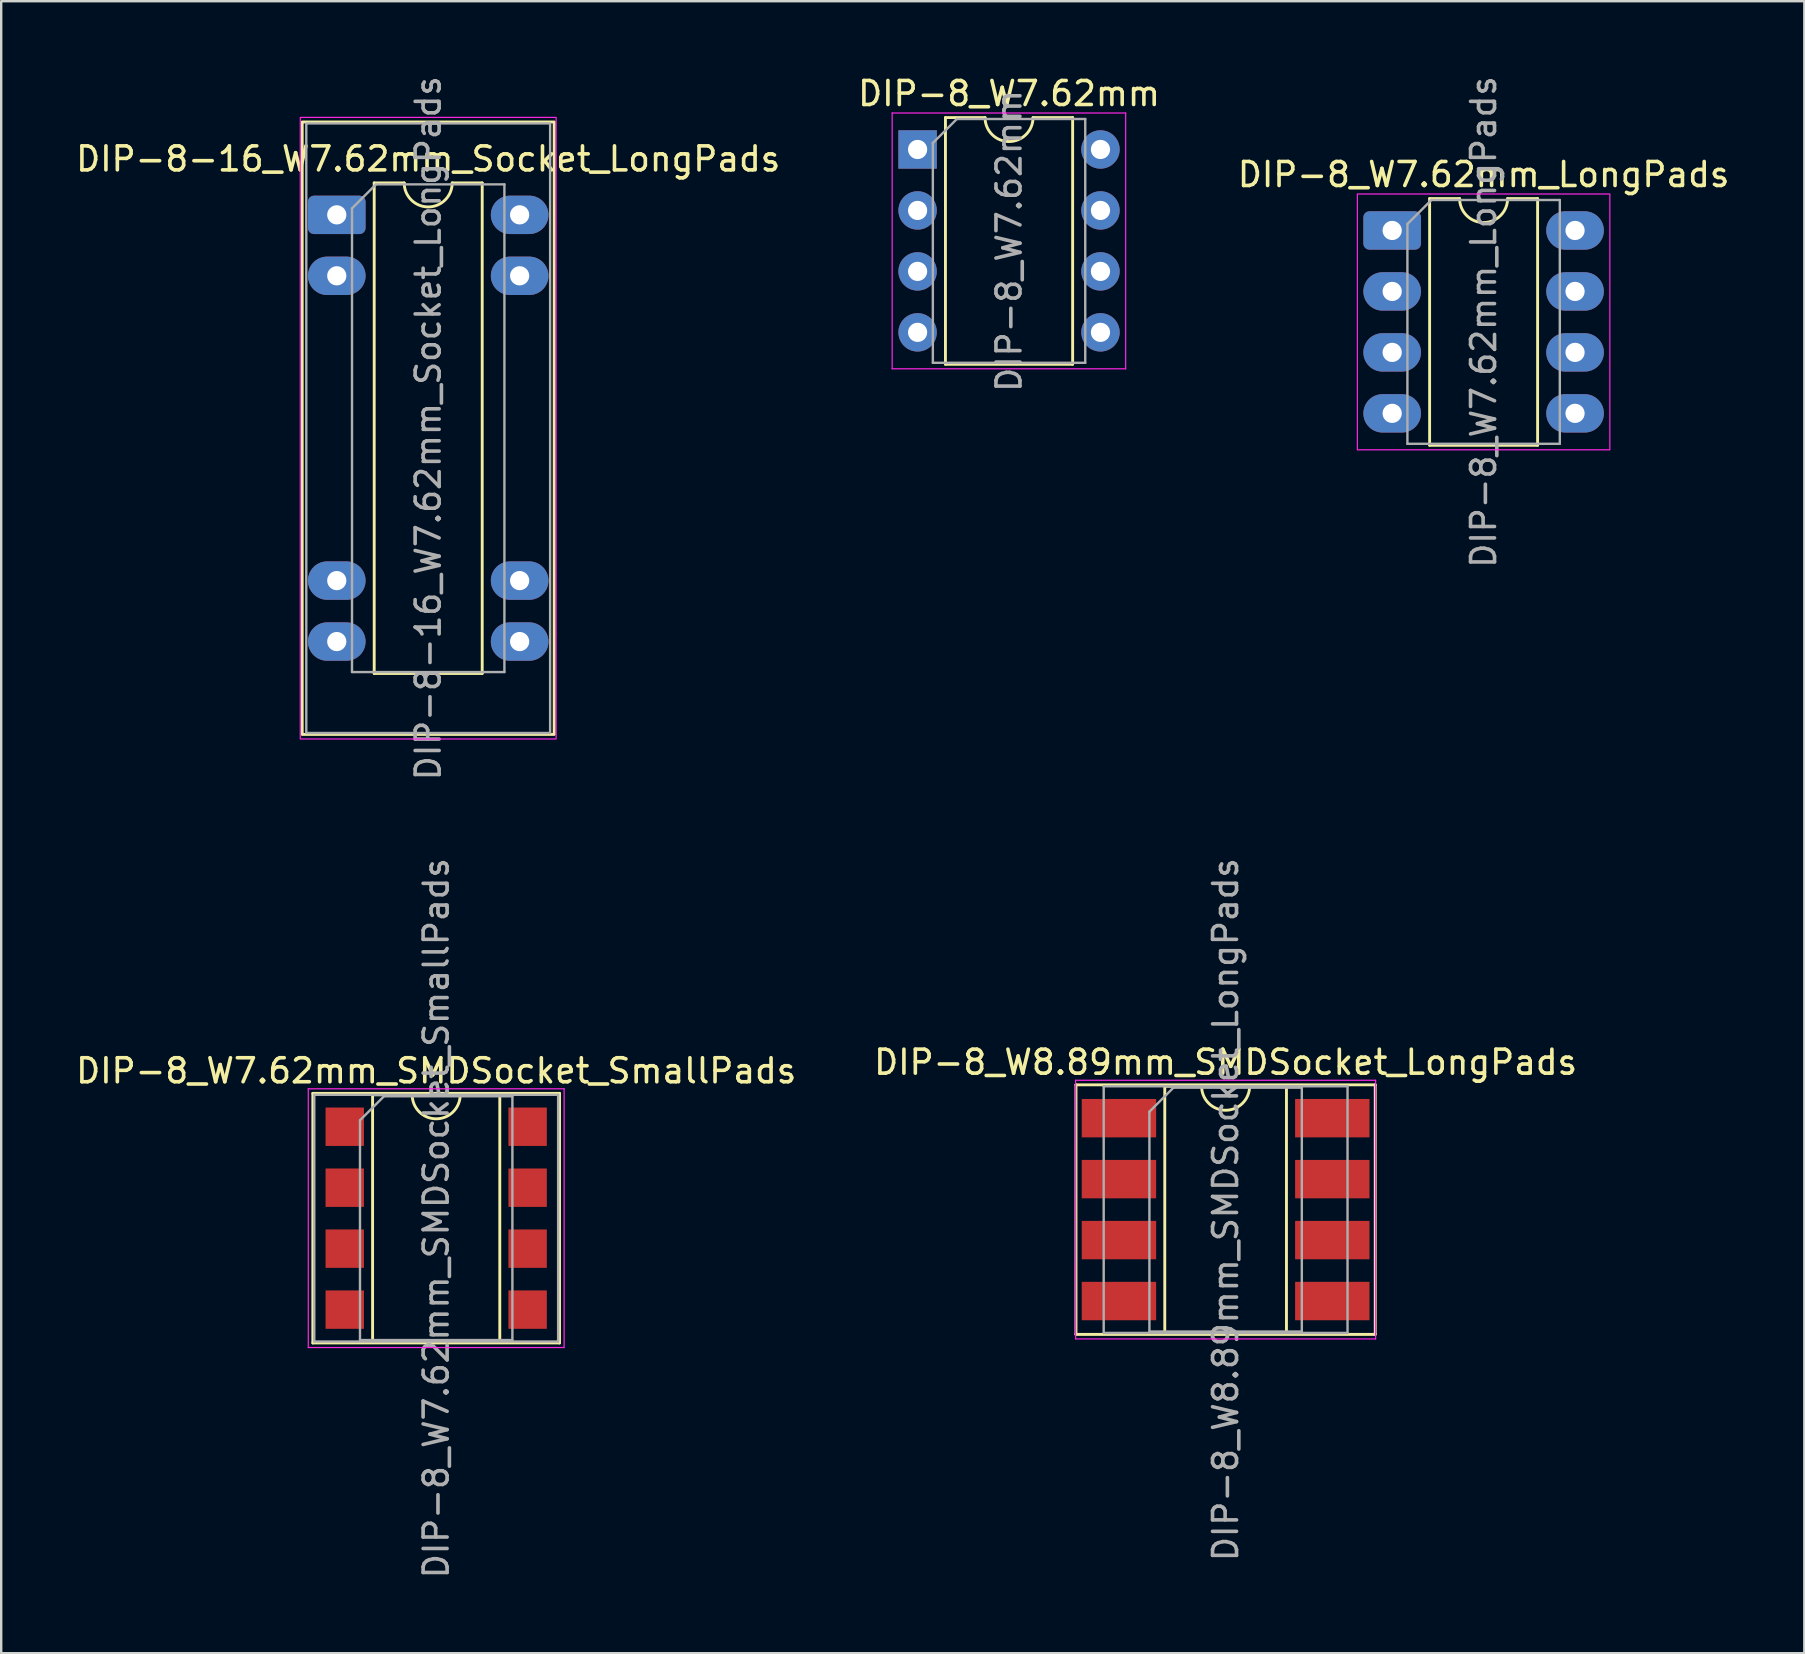
<source format=kicad_pcb>
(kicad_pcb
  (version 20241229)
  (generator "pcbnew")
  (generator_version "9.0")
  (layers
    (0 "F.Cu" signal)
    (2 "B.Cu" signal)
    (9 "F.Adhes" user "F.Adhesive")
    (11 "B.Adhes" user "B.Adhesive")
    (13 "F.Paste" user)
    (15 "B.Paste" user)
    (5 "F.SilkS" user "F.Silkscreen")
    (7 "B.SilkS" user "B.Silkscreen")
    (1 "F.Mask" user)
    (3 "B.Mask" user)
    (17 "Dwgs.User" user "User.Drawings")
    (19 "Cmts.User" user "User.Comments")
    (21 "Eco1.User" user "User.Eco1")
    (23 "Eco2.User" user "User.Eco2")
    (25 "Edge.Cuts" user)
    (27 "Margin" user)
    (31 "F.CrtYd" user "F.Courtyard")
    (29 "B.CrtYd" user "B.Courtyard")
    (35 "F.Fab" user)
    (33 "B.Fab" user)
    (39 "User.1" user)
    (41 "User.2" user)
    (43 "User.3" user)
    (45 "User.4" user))
  (footprint "DIP-8-16_W7.62mm_Socket_LongPads"
    (layer "F.Cu")
    (at 10.982 5.902)
    (property "Reference" "DIP-8-16_W7.62mm_Socket_LongPads" (at 3.81 -2.33 0) (layer "F.SilkS") (effects (font (size 1 1) (thickness 0.15))))
    (attr through_hole)
    (fp_line (start 1.56 -1.33) (end 1.56 19.11) (stroke (width 0.12) (type solid)) (layer "F.SilkS"))
    (fp_line (start 1.56 19.11) (end 6.06 19.11) (stroke (width 0.12) (type solid)) (layer "F.SilkS"))
    (fp_line (start 2.81 -1.33) (end 1.56 -1.33) (stroke (width 0.12) (type solid)) (layer "F.SilkS"))
    (fp_line (start 6.06 -1.33) (end 4.81 -1.33) (stroke (width 0.12) (type solid)) (layer "F.SilkS"))
    (fp_line (start 6.06 19.11) (end 6.06 -1.33) (stroke (width 0.12) (type solid)) (layer "F.SilkS"))
    (fp_rect (start -1.44 -3.87) (end 9.06 21.65) (stroke (width 0.12) (type solid)) (fill no) (layer "F.SilkS"))
    (fp_arc (start 4.81 -1.33) (mid 3.81 -0.33) (end 2.81 -1.33) (stroke (width 0.12) (type solid)) (layer "F.SilkS"))
    (fp_rect (start -1.52 -4.06) (end 9.14 21.84) (stroke (width 0.05) (type solid)) (fill no) (layer "F.CrtYd"))
    (fp_line (start 0.635 -0.27) (end 1.635 -1.27) (stroke (width 0.1) (type solid)) (layer "F.Fab"))
    (fp_line (start 0.635 19.05) (end 0.635 -0.27) (stroke (width 0.1) (type solid)) (layer "F.Fab"))
    (fp_line (start 1.635 -1.27) (end 6.985 -1.27) (stroke (width 0.1) (type solid)) (layer "F.Fab"))
    (fp_line (start 6.985 -1.27) (end 6.985 19.05) (stroke (width 0.1) (type solid)) (layer "F.Fab"))
    (fp_line (start 6.985 19.05) (end 0.635 19.05) (stroke (width 0.1) (type solid)) (layer "F.Fab"))
    (fp_rect (start -1.27 -3.81) (end 8.89 21.59) (stroke (width 0.1) (type solid)) (fill no) (layer "F.Fab"))
    (fp_text user "${REFERENCE}" (at 3.81 8.89 90) (layer "F.Fab") (effects (font (size 1 1) (thickness 0.15))))
    (pad "1" thru_hole roundrect (at 0 0) (size 2.4 1.6) (drill 0.8) (layers "*.Cu" "*.Mask") (roundrect_rratio 0.156))
    (pad "2" thru_hole oval (at 0 2.54) (size 2.4 1.6) (drill 0.8) (layers "*.Cu" "*.Mask"))
    (pad "3" thru_hole oval (at 0 15.24) (size 2.4 1.6) (drill 0.8) (layers "*.Cu" "*.Mask"))
    (pad "4" thru_hole oval (at 0 17.78) (size 2.4 1.6) (drill 0.8) (layers "*.Cu" "*.Mask"))
    (pad "5" thru_hole oval (at 7.62 17.78) (size 2.4 1.6) (drill 0.8) (layers "*.Cu" "*.Mask"))
    (pad "6" thru_hole oval (at 7.62 15.24) (size 2.4 1.6) (drill 0.8) (layers "*.Cu" "*.Mask"))
    (pad "7" thru_hole oval (at 7.62 2.54) (size 2.4 1.6) (drill 0.8) (layers "*.Cu" "*.Mask"))
    (pad "8" thru_hole oval (at 7.62 0) (size 2.4 1.6) (drill 0.8) (layers "*.Cu" "*.Mask")))
  (footprint "DIP-8_W7.62mm_LongPads"
    (layer "F.Cu")
    (at 54.958 6.553)
    (property "Reference" "DIP-8_W7.62mm_LongPads" (at 3.81 -2.33 0) (layer "F.SilkS") (effects (font (size 1 1) (thickness 0.15))))
    (attr through_hole)
    (fp_line (start 1.56 -1.33) (end 1.56 8.95) (stroke (width 0.12) (type solid)) (layer "F.SilkS"))
    (fp_line (start 1.56 8.95) (end 6.06 8.95) (stroke (width 0.12) (type solid)) (layer "F.SilkS"))
    (fp_line (start 2.81 -1.33) (end 1.56 -1.33) (stroke (width 0.12) (type solid)) (layer "F.SilkS"))
    (fp_line (start 6.06 -1.33) (end 4.81 -1.33) (stroke (width 0.12) (type solid)) (layer "F.SilkS"))
    (fp_line (start 6.06 8.95) (end 6.06 -1.33) (stroke (width 0.12) (type solid)) (layer "F.SilkS"))
    (fp_arc (start 4.81 -1.33) (mid 3.81 -0.33) (end 2.81 -1.33) (stroke (width 0.12) (type solid)) (layer "F.SilkS"))
    (fp_rect (start -1.45 -1.52) (end 9.07 9.14) (stroke (width 0.05) (type solid)) (fill no) (layer "F.CrtYd"))
    (fp_line (start 0.635 -0.27) (end 1.635 -1.27) (stroke (width 0.1) (type solid)) (layer "F.Fab"))
    (fp_line (start 0.635 8.89) (end 0.635 -0.27) (stroke (width 0.1) (type solid)) (layer "F.Fab"))
    (fp_line (start 1.635 -1.27) (end 6.985 -1.27) (stroke (width 0.1) (type solid)) (layer "F.Fab"))
    (fp_line (start 6.985 -1.27) (end 6.985 8.89) (stroke (width 0.1) (type solid)) (layer "F.Fab"))
    (fp_line (start 6.985 8.89) (end 0.635 8.89) (stroke (width 0.1) (type solid)) (layer "F.Fab"))
    (fp_text user "${REFERENCE}" (at 3.81 3.81 90) (layer "F.Fab") (effects (font (size 1 1) (thickness 0.15))))
    (pad "1" thru_hole roundrect (at 0 0) (size 2.4 1.6) (drill 0.8) (layers "*.Cu" "*.Mask") (roundrect_rratio 0.156))
    (pad "2" thru_hole oval (at 0 2.54) (size 2.4 1.6) (drill 0.8) (layers "*.Cu" "*.Mask"))
    (pad "3" thru_hole oval (at 0 5.08) (size 2.4 1.6) (drill 0.8) (layers "*.Cu" "*.Mask"))
    (pad "4" thru_hole oval (at 0 7.62) (size 2.4 1.6) (drill 0.8) (layers "*.Cu" "*.Mask"))
    (pad "5" thru_hole oval (at 7.62 7.62) (size 2.4 1.6) (drill 0.8) (layers "*.Cu" "*.Mask"))
    (pad "6" thru_hole oval (at 7.62 5.08) (size 2.4 1.6) (drill 0.8) (layers "*.Cu" "*.Mask"))
    (pad "7" thru_hole oval (at 7.62 2.54) (size 2.4 1.6) (drill 0.8) (layers "*.Cu" "*.Mask"))
    (pad "8" thru_hole oval (at 7.62 0) (size 2.4 1.6) (drill 0.8) (layers "*.Cu" "*.Mask")))
  (footprint "DIP-8_W7.62mm"
    (layer "F.Cu")
    (at 35.184 3.178)
    (property "Reference" "DIP-8_W7.62mm" (at 3.81 -2.33 0) (layer "F.SilkS") (effects (font (size 1 1) (thickness 0.15))))
    (attr through_hole)
    (fp_line (start 1.16 -1.33) (end 1.16 8.95) (stroke (width 0.12) (type solid)) (layer "F.SilkS"))
    (fp_line (start 1.16 8.95) (end 6.46 8.95) (stroke (width 0.12) (type solid)) (layer "F.SilkS"))
    (fp_line (start 2.81 -1.33) (end 1.16 -1.33) (stroke (width 0.12) (type solid)) (layer "F.SilkS"))
    (fp_line (start 6.46 -1.33) (end 4.81 -1.33) (stroke (width 0.12) (type solid)) (layer "F.SilkS"))
    (fp_line (start 6.46 8.95) (end 6.46 -1.33) (stroke (width 0.12) (type solid)) (layer "F.SilkS"))
    (fp_arc (start 4.81 -1.33) (mid 3.81 -0.33) (end 2.81 -1.33) (stroke (width 0.12) (type solid)) (layer "F.SilkS"))
    (fp_line (start -1.06 -1.52) (end -1.06 9.14) (stroke (width 0.05) (type solid)) (layer "F.CrtYd"))
    (fp_line (start -1.06 9.14) (end 8.67 9.14) (stroke (width 0.05) (type solid)) (layer "F.CrtYd"))
    (fp_line (start 8.67 -1.52) (end -1.06 -1.52) (stroke (width 0.05) (type solid)) (layer "F.CrtYd"))
    (fp_line (start 8.67 9.14) (end 8.67 -1.52) (stroke (width 0.05) (type solid)) (layer "F.CrtYd"))
    (fp_line (start 0.635 -0.27) (end 1.635 -1.27) (stroke (width 0.1) (type solid)) (layer "F.Fab"))
    (fp_line (start 0.635 8.89) (end 0.635 -0.27) (stroke (width 0.1) (type solid)) (layer "F.Fab"))
    (fp_line (start 1.635 -1.27) (end 6.985 -1.27) (stroke (width 0.1) (type solid)) (layer "F.Fab"))
    (fp_line (start 6.985 -1.27) (end 6.985 8.89) (stroke (width 0.1) (type solid)) (layer "F.Fab"))
    (fp_line (start 6.985 8.89) (end 0.635 8.89) (stroke (width 0.1) (type solid)) (layer "F.Fab"))
    (fp_text user "${REFERENCE}" (at 3.81 3.81 90) (layer "F.Fab") (effects (font (size 1 1) (thickness 0.15))))
    (pad "1" thru_hole rect (at 0 0) (size 1.6 1.6) (drill 0.8) (layers "*.Cu" "*.Mask"))
    (pad "2" thru_hole circle (at 0 2.54) (size 1.6 1.6) (drill 0.8) (layers "*.Cu" "*.Mask"))
    (pad "3" thru_hole circle (at 0 5.08) (size 1.6 1.6) (drill 0.8) (layers "*.Cu" "*.Mask"))
    (pad "4" thru_hole circle (at 0 7.62) (size 1.6 1.6) (drill 0.8) (layers "*.Cu" "*.Mask"))
    (pad "5" thru_hole circle (at 7.62 7.62) (size 1.6 1.6) (drill 0.8) (layers "*.Cu" "*.Mask"))
    (pad "6" thru_hole circle (at 7.62 5.08) (size 1.6 1.6) (drill 0.8) (layers "*.Cu" "*.Mask"))
    (pad "7" thru_hole circle (at 7.62 2.54) (size 1.6 1.6) (drill 0.8) (layers "*.Cu" "*.Mask"))
    (pad "8" thru_hole circle (at 7.62 0) (size 1.6 1.6) (drill 0.8) (layers "*.Cu" "*.Mask")))
  (footprint "DIP-8_W7.62mm_SMDSocket_SmallPads"
    (layer "F.Cu")
    (at 15.125 47.708)
    (property "Reference" "DIP-8_W7.62mm_SMDSocket_SmallPads" (at 0 -6.14 0) (layer "F.SilkS") (effects (font (size 1 1) (thickness 0.15))))
    (attr smd)
    (fp_line (start -5.14 -5.2) (end -5.14 5.2) (stroke (width 0.12) (type solid)) (layer "F.SilkS"))
    (fp_line (start -5.14 5.2) (end 5.14 5.2) (stroke (width 0.12) (type solid)) (layer "F.SilkS"))
    (fp_line (start -2.65 -5.14) (end -2.65 5.14) (stroke (width 0.12) (type solid)) (layer "F.SilkS"))
    (fp_line (start -2.65 5.14) (end 2.65 5.14) (stroke (width 0.12) (type solid)) (layer "F.SilkS"))
    (fp_line (start -1 -5.14) (end -2.65 -5.14) (stroke (width 0.12) (type solid)) (layer "F.SilkS"))
    (fp_line (start 2.65 -5.14) (end 1 -5.14) (stroke (width 0.12) (type solid)) (layer "F.SilkS"))
    (fp_line (start 2.65 5.14) (end 2.65 -5.14) (stroke (width 0.12) (type solid)) (layer "F.SilkS"))
    (fp_line (start 5.14 -5.2) (end -5.14 -5.2) (stroke (width 0.12) (type solid)) (layer "F.SilkS"))
    (fp_line (start 5.14 5.2) (end 5.14 -5.2) (stroke (width 0.12) (type solid)) (layer "F.SilkS"))
    (fp_arc (start 1 -5.14) (mid 0 -4.14) (end -1 -5.14) (stroke (width 0.12) (type solid)) (layer "F.SilkS"))
    (fp_line (start -5.33 -5.39) (end -5.33 5.39) (stroke (width 0.05) (type solid)) (layer "F.CrtYd"))
    (fp_line (start -5.33 5.39) (end 5.33 5.39) (stroke (width 0.05) (type solid)) (layer "F.CrtYd"))
    (fp_line (start 5.33 -5.39) (end -5.33 -5.39) (stroke (width 0.05) (type solid)) (layer "F.CrtYd"))
    (fp_line (start 5.33 5.39) (end 5.33 -5.39) (stroke (width 0.05) (type solid)) (layer "F.CrtYd"))
    (fp_line (start -5.08 -5.14) (end -5.08 5.14) (stroke (width 0.1) (type solid)) (layer "F.Fab"))
    (fp_line (start -5.08 5.14) (end 5.08 5.14) (stroke (width 0.1) (type solid)) (layer "F.Fab"))
    (fp_line (start -3.175 -4.08) (end -2.175 -5.08) (stroke (width 0.1) (type solid)) (layer "F.Fab"))
    (fp_line (start -3.175 5.08) (end -3.175 -4.08) (stroke (width 0.1) (type solid)) (layer "F.Fab"))
    (fp_line (start -2.175 -5.08) (end 3.175 -5.08) (stroke (width 0.1) (type solid)) (layer "F.Fab"))
    (fp_line (start 3.175 -5.08) (end 3.175 5.08) (stroke (width 0.1) (type solid)) (layer "F.Fab"))
    (fp_line (start 3.175 5.08) (end -3.175 5.08) (stroke (width 0.1) (type solid)) (layer "F.Fab"))
    (fp_line (start 5.08 -5.14) (end -5.08 -5.14) (stroke (width 0.1) (type solid)) (layer "F.Fab"))
    (fp_line (start 5.08 5.14) (end 5.08 -5.14) (stroke (width 0.1) (type solid)) (layer "F.Fab"))
    (fp_text user "${REFERENCE}" (at 0 0 90) (layer "F.Fab") (effects (font (size 1 1) (thickness 0.15))))
    (pad "1" smd rect (at -3.81 -3.81) (size 1.6 1.6) (layers "F.Cu" "F.Mask" "F.Paste"))
    (pad "2" smd rect (at -3.81 -1.27) (size 1.6 1.6) (layers "F.Cu" "F.Mask" "F.Paste"))
    (pad "3" smd rect (at -3.81 1.27) (size 1.6 1.6) (layers "F.Cu" "F.Mask" "F.Paste"))
    (pad "4" smd rect (at -3.81 3.81) (size 1.6 1.6) (layers "F.Cu" "F.Mask" "F.Paste"))
    (pad "5" smd rect (at 3.81 3.81) (size 1.6 1.6) (layers "F.Cu" "F.Mask" "F.Paste"))
    (pad "6" smd rect (at 3.81 1.27) (size 1.6 1.6) (layers "F.Cu" "F.Mask" "F.Paste"))
    (pad "7" smd rect (at 3.81 -1.27) (size 1.6 1.6) (layers "F.Cu" "F.Mask" "F.Paste"))
    (pad "8" smd rect (at 3.81 -3.81) (size 1.6 1.6) (layers "F.Cu" "F.Mask" "F.Paste")))
  (footprint "DIP-8_W8.89mm_SMDSocket_LongPads"
    (layer "F.Cu")
    (at 48.018 47.351)
    (property "Reference" "DIP-8_W8.89mm_SMDSocket_LongPads" (at 0 -6.14 0) (layer "F.SilkS") (effects (font (size 1 1) (thickness 0.15))))
    (attr smd)
    (fp_line (start -6.235 -5.2) (end -6.235 5.2) (stroke (width 0.12) (type solid)) (layer "F.SilkS"))
    (fp_line (start -6.235 5.2) (end 6.235 5.2) (stroke (width 0.12) (type solid)) (layer "F.SilkS"))
    (fp_line (start -2.535 -5.14) (end -2.535 5.14) (stroke (width 0.12) (type solid)) (layer "F.SilkS"))
    (fp_line (start -2.535 5.14) (end 2.535 5.14) (stroke (width 0.12) (type solid)) (layer "F.SilkS"))
    (fp_line (start -1 -5.14) (end -2.535 -5.14) (stroke (width 0.12) (type solid)) (layer "F.SilkS"))
    (fp_line (start 2.535 -5.14) (end 1 -5.14) (stroke (width 0.12) (type solid)) (layer "F.SilkS"))
    (fp_line (start 2.535 5.14) (end 2.535 -5.14) (stroke (width 0.12) (type solid)) (layer "F.SilkS"))
    (fp_line (start 6.235 -5.2) (end -6.235 -5.2) (stroke (width 0.12) (type solid)) (layer "F.SilkS"))
    (fp_line (start 6.235 5.2) (end 6.235 -5.2) (stroke (width 0.12) (type solid)) (layer "F.SilkS"))
    (fp_arc (start 1 -5.14) (mid 0 -4.14) (end -1 -5.14) (stroke (width 0.12) (type solid)) (layer "F.SilkS"))
    (fp_line (start -6.25 -5.39) (end -6.25 5.39) (stroke (width 0.05) (type solid)) (layer "F.CrtYd"))
    (fp_line (start -6.25 5.39) (end 6.25 5.39) (stroke (width 0.05) (type solid)) (layer "F.CrtYd"))
    (fp_line (start 6.25 -5.39) (end -6.25 -5.39) (stroke (width 0.05) (type solid)) (layer "F.CrtYd"))
    (fp_line (start 6.25 5.39) (end 6.25 -5.39) (stroke (width 0.05) (type solid)) (layer "F.CrtYd"))
    (fp_line (start -5.08 -5.14) (end -5.08 5.14) (stroke (width 0.1) (type solid)) (layer "F.Fab"))
    (fp_line (start -5.08 5.14) (end 5.08 5.14) (stroke (width 0.1) (type solid)) (layer "F.Fab"))
    (fp_line (start -3.175 -4.08) (end -2.175 -5.08) (stroke (width 0.1) (type solid)) (layer "F.Fab"))
    (fp_line (start -3.175 5.08) (end -3.175 -4.08) (stroke (width 0.1) (type solid)) (layer "F.Fab"))
    (fp_line (start -2.175 -5.08) (end 3.175 -5.08) (stroke (width 0.1) (type solid)) (layer "F.Fab"))
    (fp_line (start 3.175 -5.08) (end 3.175 5.08) (stroke (width 0.1) (type solid)) (layer "F.Fab"))
    (fp_line (start 3.175 5.08) (end -3.175 5.08) (stroke (width 0.1) (type solid)) (layer "F.Fab"))
    (fp_line (start 5.08 -5.14) (end -5.08 -5.14) (stroke (width 0.1) (type solid)) (layer "F.Fab"))
    (fp_line (start 5.08 5.14) (end 5.08 -5.14) (stroke (width 0.1) (type solid)) (layer "F.Fab"))
    (fp_text user "${REFERENCE}" (at 0 0 90) (layer "F.Fab") (effects (font (size 1 1) (thickness 0.15))))
    (pad "1" smd rect (at -4.445 -3.81) (size 3.1 1.6) (layers "F.Cu" "F.Mask" "F.Paste"))
    (pad "2" smd rect (at -4.445 -1.27) (size 3.1 1.6) (layers "F.Cu" "F.Mask" "F.Paste"))
    (pad "3" smd rect (at -4.445 1.27) (size 3.1 1.6) (layers "F.Cu" "F.Mask" "F.Paste"))
    (pad "4" smd rect (at -4.445 3.81) (size 3.1 1.6) (layers "F.Cu" "F.Mask" "F.Paste"))
    (pad "5" smd rect (at 4.445 3.81) (size 3.1 1.6) (layers "F.Cu" "F.Mask" "F.Paste"))
    (pad "6" smd rect (at 4.445 1.27) (size 3.1 1.6) (layers "F.Cu" "F.Mask" "F.Paste"))
    (pad "7" smd rect (at 4.445 -1.27) (size 3.1 1.6) (layers "F.Cu" "F.Mask" "F.Paste"))
    (pad "8" smd rect (at 4.445 -3.81) (size 3.1 1.6) (layers "F.Cu" "F.Mask" "F.Paste")))
  (gr_rect
    (start -3 -3)
    (end 72.131 65.833)
    (stroke (width 0.1) (type default))
    (fill no)
    (layer "Edge.Cuts")))
</source>
